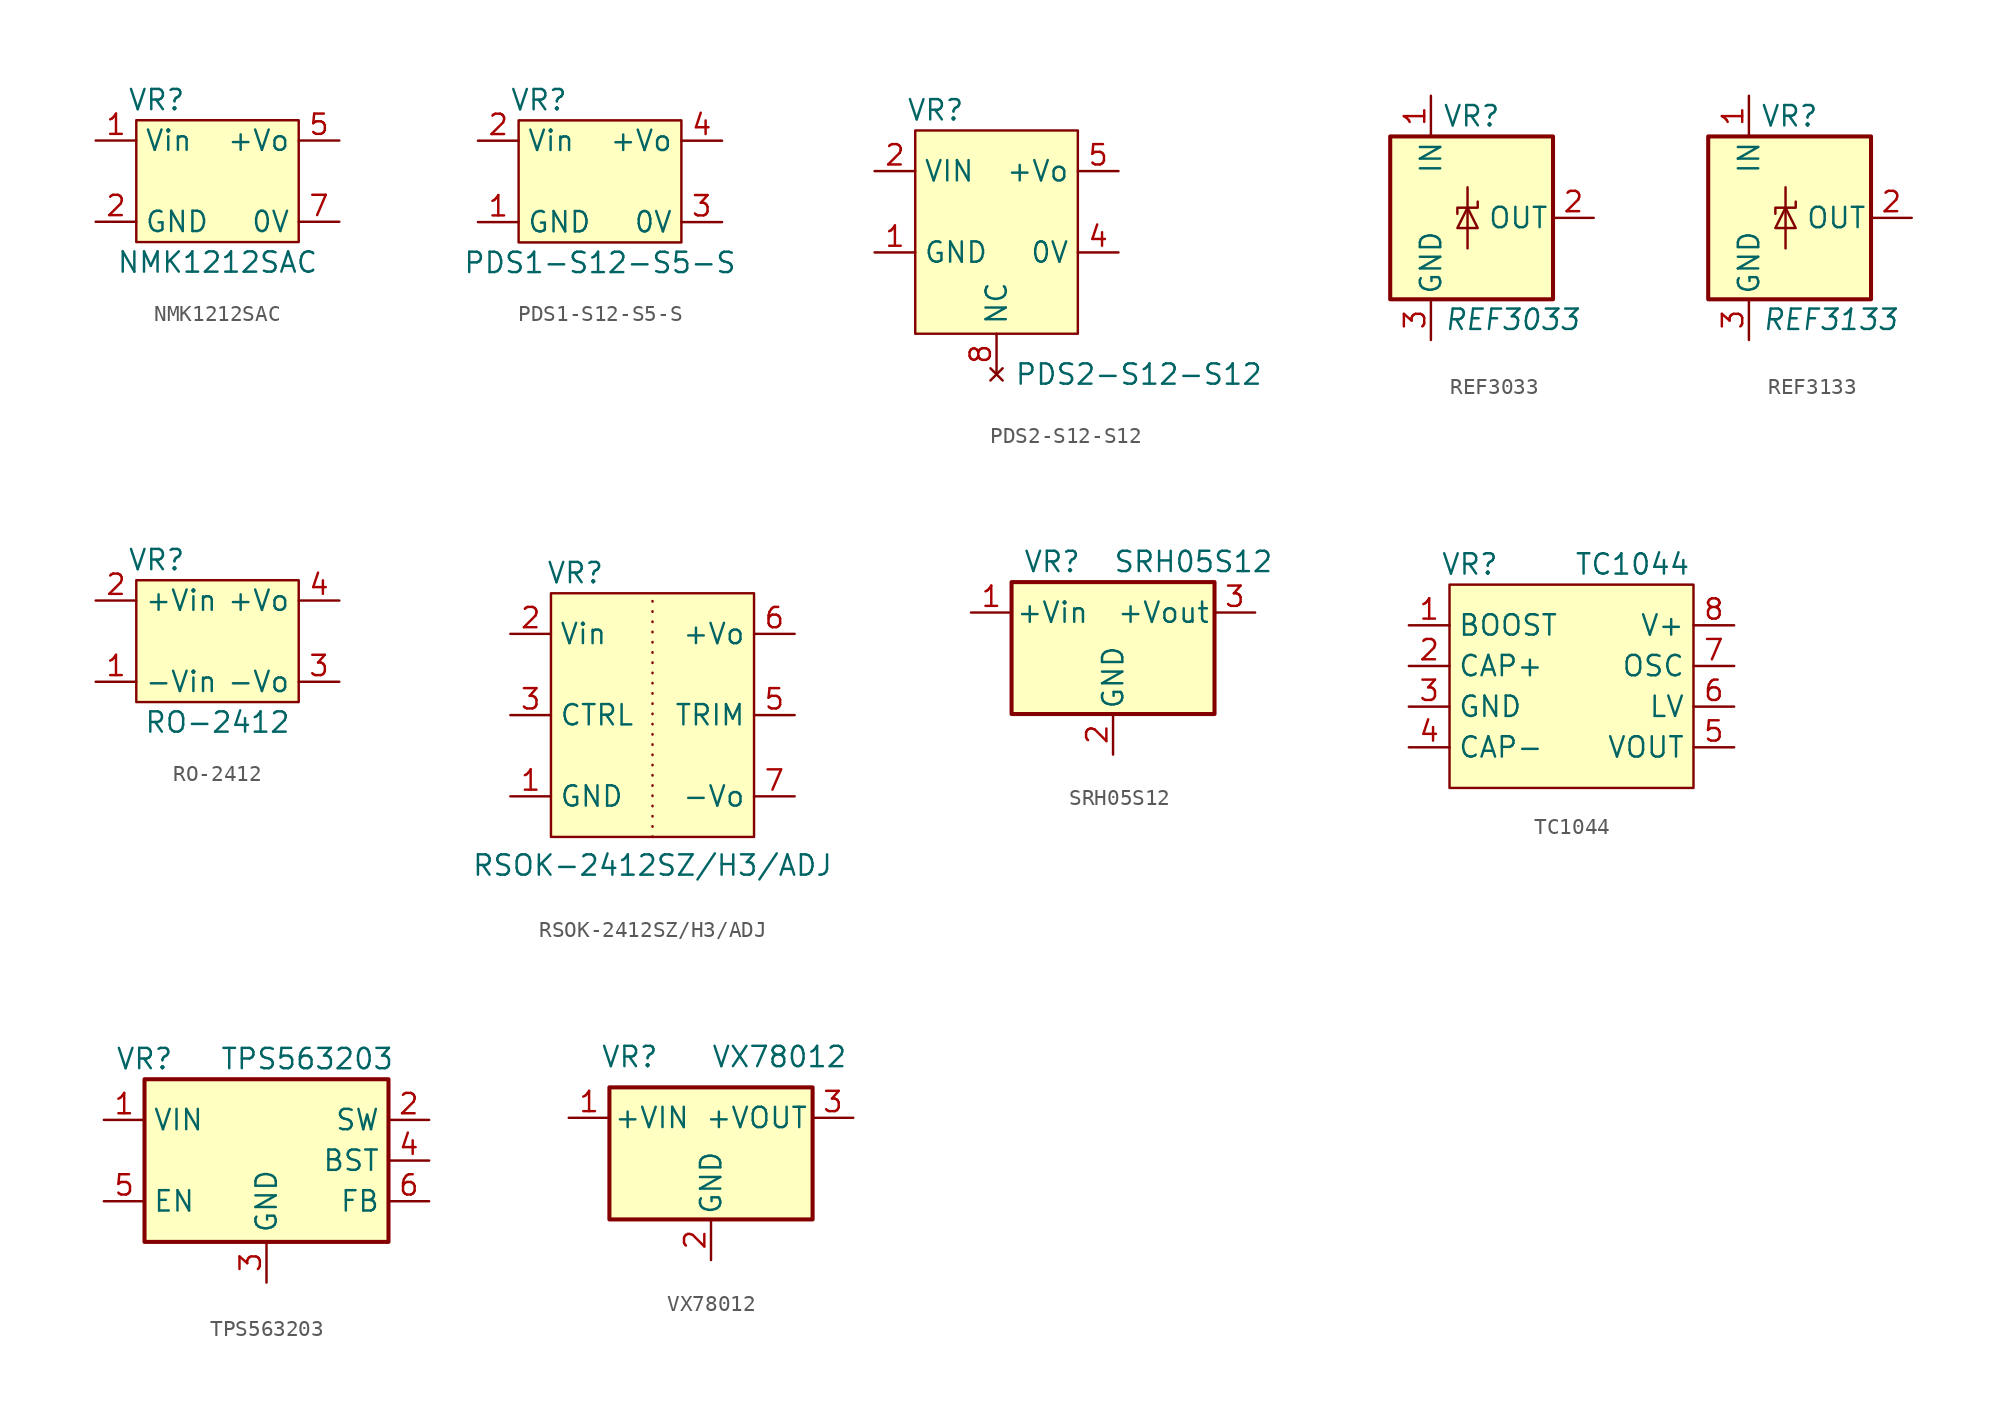
<source format=kicad_sym>
(kicad_symbol_lib
  (version 20231120)
  (generator "kicad_symbol_editor")
  (generator_version "8.0")
  (symbol "NMK1212SAC"
    (property "Reference" "VR"
      (at -3.81 5.08 0)
      (effects (font (size 1.27 1.27))))
    (property "Value" "NMK1212SAC"
      (at 0 -5.08 0)
      (effects (font (size 1.27 1.27))))
    (symbol "NMK1212SAC_0_1"
      (rectangle (start -5.08 3.81) (end 5.08 -3.81) (stroke (width 0.152) (type default)) (fill (type background))))
    (symbol "NMK1212SAC_1_0"
      (pin unspecified line (at -7.62 2.54 0) (length 2.54) (name "Vin" (effects (font (size 1.27 1.27)))) (number "1" (effects (font (size 1.27 1.27)))))
      (pin unspecified line (at -7.62 -2.54 0) (length 2.54) (name "GND" (effects (font (size 1.27 1.27)))) (number "2" (effects (font (size 1.27 1.27)))))
      (pin unspecified line (at 7.62 2.54 180) (length 2.54) (name "+Vo" (effects (font (size 1.27 1.27)))) (number "5" (effects (font (size 1.27 1.27)))))
      (pin no_connect line (at 7.62 0 180) (length 2.54) hide (name "NC" (effects (font (size 1.27 1.27)))) (number "6" (effects (font (size 1.27 1.27)))))
      (pin unspecified line (at 7.62 -2.54 180) (length 2.54) (name "0V" (effects (font (size 1.27 1.27)))) (number "7" (effects (font (size 1.27 1.27)))))))
  (symbol "PDS1-S12-S5-S"
    (property "Reference" "VR"
      (at -3.81 5.08 0)
      (effects (font (size 1.27 1.27))))
    (property "Value" "PDS1-S12-S5-S"
      (at 0 -5.08 0)
      (effects (font (size 1.27 1.27))))
    (symbol "PDS1-S12-S5-S_0_0"
      (pin unspecified line (at -7.62 -2.54 0) (length 2.54) (name "GND" (effects (font (size 1.27 1.27)))) (number "1" (effects (font (size 1.27 1.27)))))
      (pin unspecified line (at -7.62 2.54 0) (length 2.54) (name "Vin" (effects (font (size 1.27 1.27)))) (number "2" (effects (font (size 1.27 1.27)))))
      (pin unspecified line (at 7.62 -2.54 180) (length 2.54) (name "0V" (effects (font (size 1.27 1.27)))) (number "3" (effects (font (size 1.27 1.27)))))
      (pin unspecified line (at 7.62 2.54 180) (length 2.54) (name "+Vo" (effects (font (size 1.27 1.27)))) (number "4" (effects (font (size 1.27 1.27))))))
    (symbol "PDS1-S12-S5-S_0_1"
      (rectangle (start -5.08 3.81) (end 5.08 -3.81) (stroke (width 0.152) (type default)) (fill (type background)))))
  (symbol "PDS2-S12-S12"
    (property "Reference" "VR"
      (at -3.81 6.35 0)
      (effects (font (size 1.27 1.27))))
    (property "Value" "PDS2-S12-S12"
      (at 8.89 -10.16 0)
      (effects (font (size 1.27 1.27))))
    (symbol "PDS2-S12-S12_0_0"
      (pin unspecified line (at -7.62 -2.54 0) (length 2.54) (name "GND" (effects (font (size 1.27 1.27)))) (number "1" (effects (font (size 1.27 1.27)))))
      (pin unspecified line (at -7.62 2.54 0) (length 2.54) (name "VIN" (effects (font (size 1.27 1.27)))) (number "2" (effects (font (size 1.27 1.27)))))
      (pin unspecified line (at 7.62 -2.54 180) (length 2.54) (name "0V" (effects (font (size 1.27 1.27)))) (number "4" (effects (font (size 1.27 1.27)))))
      (pin unspecified line (at 7.62 2.54 180) (length 2.54) (name "+Vo" (effects (font (size 1.27 1.27)))) (number "5" (effects (font (size 1.27 1.27)))))
      (pin no_connect line (at 0 -10.16 90) (length 2.54) (name "NC" (effects (font (size 1.27 1.27)))) (number "8" (effects (font (size 1.27 1.27))))))
    (symbol "PDS2-S12-S12_0_1"
      (rectangle (start -5.08 5.08) (end 5.08 -7.62) (stroke (width 0) (type default)) (fill (type background)))))
  (symbol "REF3033"
    (pin_names
      (offset 0.254))
    (property "Reference" "VR"
      (at 0 6.35 0)
      (effects (font (size 1.27 1.27))))
    (property "Value" "REF3033"
      (at 2.54 -6.35 0)
      (effects (font (size 1.27 1.27) (italic yes))))
    (symbol "REF3033_0_1"
      (rectangle (start -5.08 5.08) (end 5.08 -5.08) (stroke (width 0.254) (type default)) (fill (type background)))
      (polyline (pts (xy -0.254 1.905) (xy -0.254 -1.905)) (stroke (width 0) (type default)) (fill (type none)))
      (polyline (pts (xy -0.889 -0.635) (xy 0.381 -0.635) (xy -0.254 0.635) (xy -0.889 -0.635)) (stroke (width 0) (type default)) (fill (type none)))
      (polyline (pts (xy 0.381 1.016) (xy 0.381 0.635) (xy -0.889 0.635) (xy -0.889 0.254)) (stroke (width 0) (type default)) (fill (type none))))
    (symbol "REF3033_1_1"
      (pin power_in line (at -2.54 7.62 270) (length 2.54) (name "IN" (effects (font (size 1.27 1.27)))) (number "1" (effects (font (size 1.27 1.27)))))
      (pin power_out line (at 7.62 0 180) (length 2.54) (name "OUT" (effects (font (size 1.27 1.27)))) (number "2" (effects (font (size 1.27 1.27)))))
      (pin power_in line (at -2.54 -7.62 90) (length 2.54) (name "GND" (effects (font (size 1.27 1.27)))) (number "3" (effects (font (size 1.27 1.27)))))))
  (symbol "REF3133"
    (pin_names
      (offset 0.254))
    (property "Reference" "VR"
      (at 0 6.35 0)
      (effects (font (size 1.27 1.27))))
    (property "Value" "REF3133"
      (at 2.54 -6.35 0)
      (effects (font (size 1.27 1.27) (italic yes))))
    (symbol "REF3133_0_1"
      (rectangle (start -5.08 5.08) (end 5.08 -5.08) (stroke (width 0.254) (type default)) (fill (type background)))
      (polyline (pts (xy -0.254 1.905) (xy -0.254 -1.905)) (stroke (width 0) (type default)) (fill (type none)))
      (polyline (pts (xy -0.889 -0.635) (xy 0.381 -0.635) (xy -0.254 0.635) (xy -0.889 -0.635)) (stroke (width 0) (type default)) (fill (type none)))
      (polyline (pts (xy 0.381 1.016) (xy 0.381 0.635) (xy -0.889 0.635) (xy -0.889 0.254)) (stroke (width 0) (type default)) (fill (type none))))
    (symbol "REF3133_1_1"
      (pin power_in line (at -2.54 7.62 270) (length 2.54) (name "IN" (effects (font (size 1.27 1.27)))) (number "1" (effects (font (size 1.27 1.27)))))
      (pin power_out line (at 7.62 0 180) (length 2.54) (name "OUT" (effects (font (size 1.27 1.27)))) (number "2" (effects (font (size 1.27 1.27)))))
      (pin power_in line (at -2.54 -7.62 90) (length 2.54) (name "GND" (effects (font (size 1.27 1.27)))) (number "3" (effects (font (size 1.27 1.27)))))))
  (symbol "RO-2412"
    (property "Reference" "VR"
      (at -3.81 5.08 0)
      (effects (font (size 1.27 1.27))))
    (property "Value" "RO-2412"
      (at 0 -5.08 0)
      (effects (font (size 1.27 1.27))))
    (symbol "RO-2412_0_0"
      (pin unspecified line (at -7.62 -2.54 0) (length 2.54) (name "-Vin" (effects (font (size 1.27 1.27)))) (number "1" (effects (font (size 1.27 1.27)))))
      (pin unspecified line (at -7.62 2.54 0) (length 2.54) (name "+Vin" (effects (font (size 1.27 1.27)))) (number "2" (effects (font (size 1.27 1.27)))))
      (pin unspecified line (at 7.62 -2.54 180) (length 2.54) (name "-Vo" (effects (font (size 1.27 1.27)))) (number "3" (effects (font (size 1.27 1.27)))))
      (pin unspecified line (at 7.62 2.54 180) (length 2.54) (name "+Vo" (effects (font (size 1.27 1.27)))) (number "4" (effects (font (size 1.27 1.27))))))
    (symbol "RO-2412_0_1"
      (rectangle (start -5.08 3.81) (end 5.08 -3.81) (stroke (width 0.152) (type default)) (fill (type background)))))
  (symbol "RSOK-2412SZ/H3/ADJ"
    (property "Reference" "VR"
      (at -4.826 6.35 0)
      (effects (font (size 1.27 1.27))))
    (property "Value" "RSOK-2412SZ/H3/ADJ"
      (at 0 -11.938 0)
      (effects (font (size 1.27 1.27))))
    (symbol "RSOK-2412SZ/H3/ADJ_0_1"
      (rectangle (start -6.35 5.08) (end 6.35 -10.16) (stroke (width 0.152) (type default)) (fill (type background))))
    (symbol "RSOK-2412SZ/H3/ADJ_1_0"
      (pin unspecified line (at -8.89 -7.62 0) (length 2.54) (name "GND" (effects (font (size 1.27 1.27)))) (number "1" (effects (font (size 1.27 1.27)))))
      (pin unspecified line (at -8.89 2.54 0) (length 2.54) (name "Vin" (effects (font (size 1.27 1.27)))) (number "2" (effects (font (size 1.27 1.27)))))
      (pin unspecified line (at -8.89 -2.54 0) (length 2.54) (name "CTRL" (effects (font (size 1.27 1.27)))) (number "3" (effects (font (size 1.27 1.27)))))
      (pin unspecified line (at 8.89 -2.54 180) (length 2.54) (name "TRIM" (effects (font (size 1.27 1.27)))) (number "5" (effects (font (size 1.27 1.27)))))
      (pin unspecified line (at 8.89 2.54 180) (length 2.54) (name "+Vo" (effects (font (size 1.27 1.27)))) (number "6" (effects (font (size 1.27 1.27)))))
      (pin unspecified line (at 8.89 -7.62 180) (length 2.54) (name "-Vo" (effects (font (size 1.27 1.27)))) (number "7" (effects (font (size 1.27 1.27)))))
      (pin no_connect line (at 8.89 -5.08 180) (length 2.54) hide (name "NC" (effects (font (size 1.27 1.27)))) (number "8" (effects (font (size 1.27 1.27))))))
    (symbol "RSOK-2412SZ/H3/ADJ_1_1"
      (polyline (pts (xy 0 -10.16) (xy 0 5.08)) (stroke (width 0) (type dot)) (fill (type none)))))
  (symbol "SRH05S12"
    (pin_names
      (offset 0.254))
    (property "Reference" "VR"
      (at -3.81 3.175 0)
      (effects (font (size 1.27 1.27))))
    (property "Value" "SRH05S12"
      (at 0 3.175 0)
      (effects (font (size 1.27 1.27)) (justify left)))
    (symbol "SRH05S12_0_1"
      (rectangle (start -6.35 1.905) (end 6.35 -6.35) (stroke (width 0.254) (type default)) (fill (type background))))
    (symbol "SRH05S12_1_1"
      (pin power_in line (at -8.89 0 0) (length 2.54) (name "+Vin" (effects (font (size 1.27 1.27)))) (number "1" (effects (font (size 1.27 1.27)))))
      (pin power_out line (at 0 -8.89 90) (length 2.54) (name "GND" (effects (font (size 1.27 1.27)))) (number "2" (effects (font (size 1.27 1.27)))))
      (pin power_in line (at 8.89 0 180) (length 2.54) (name "+Vout" (effects (font (size 1.27 1.27)))) (number "3" (effects (font (size 1.27 1.27)))))))
  (symbol "TC1044"
    (property "Reference" "VR"
      (at -6.35 7.62 0)
      (effects (font (size 1.27 1.27))))
    (property "Value" "TC1044"
      (at 3.81 7.62 0)
      (effects (font (size 1.27 1.27))))
    (symbol "TC1044_0_0"
      (pin unspecified line (at -10.16 3.81 0) (length 2.54) (name "BOOST" (effects (font (size 1.27 1.27)))) (number "1" (effects (font (size 1.27 1.27)))))
      (pin unspecified line (at -10.16 1.27 0) (length 2.54) (name "CAP+" (effects (font (size 1.27 1.27)))) (number "2" (effects (font (size 1.27 1.27)))))
      (pin unspecified line (at -10.16 -1.27 0) (length 2.54) (name "GND" (effects (font (size 1.27 1.27)))) (number "3" (effects (font (size 1.27 1.27)))))
      (pin unspecified line (at -10.16 -3.81 0) (length 2.54) (name "CAP-" (effects (font (size 1.27 1.27)))) (number "4" (effects (font (size 1.27 1.27)))))
      (pin unspecified line (at 10.16 -3.81 180) (length 2.54) (name "VOUT" (effects (font (size 1.27 1.27)))) (number "5" (effects (font (size 1.27 1.27)))))
      (pin unspecified line (at 10.16 -1.27 180) (length 2.54) (name "LV" (effects (font (size 1.27 1.27)))) (number "6" (effects (font (size 1.27 1.27)))))
      (pin unspecified line (at 10.16 1.27 180) (length 2.54) (name "OSC" (effects (font (size 1.27 1.27)))) (number "7" (effects (font (size 1.27 1.27)))))
      (pin unspecified line (at 10.16 3.81 180) (length 2.54) (name "V+" (effects (font (size 1.27 1.27)))) (number "8" (effects (font (size 1.27 1.27))))))
    (symbol "TC1044_0_1"
      (rectangle (start -7.62 6.35) (end 7.62 -6.35) (stroke (width 0) (type default)) (fill (type background)))))
  (symbol "TPS563203"
    (property "Reference" "VR"
      (at -7.62 6.35 0)
      (effects (font (size 1.27 1.27))))
    (property "Value" "TPS563203"
      (at 2.54 6.35 0)
      (effects (font (size 1.27 1.27))))
    (symbol "TPS563203_0_1"
      (rectangle (start -7.62 5.08) (end 7.62 -5.08) (stroke (width 0.254) (type default)) (fill (type background))))
    (symbol "TPS563203_1_1"
      (pin power_in line (at -10.16 2.54 0) (length 2.54) (name "VIN" (effects (font (size 1.27 1.27)))) (number "1" (effects (font (size 1.27 1.27)))))
      (pin output line (at 10.16 2.54 180) (length 2.54) (name "SW" (effects (font (size 1.27 1.27)))) (number "2" (effects (font (size 1.27 1.27)))))
      (pin power_in line (at 0 -7.62 90) (length 2.54) (name "GND" (effects (font (size 1.27 1.27)))) (number "3" (effects (font (size 1.27 1.27)))))
      (pin passive line (at 10.16 0 180) (length 2.54) (name "BST" (effects (font (size 1.27 1.27)))) (number "4" (effects (font (size 1.27 1.27)))))
      (pin input line (at -10.16 -2.54 0) (length 2.54) (name "EN" (effects (font (size 1.27 1.27)))) (number "5" (effects (font (size 1.27 1.27)))))
      (pin input line (at 10.16 -2.54 180) (length 2.54) (name "FB" (effects (font (size 1.27 1.27)))) (number "6" (effects (font (size 1.27 1.27)))))))
  (symbol "VX78012"
    (pin_names
      (offset 0.254))
    (property "Reference" "VR"
      (at -5.08 3.81 0)
      (effects (font (size 1.27 1.27))))
    (property "Value" "VX78012"
      (at 0 3.81 0)
      (effects (font (size 1.27 1.27)) (justify left)))
    (symbol "VX78012_0_1"
      (rectangle (start -6.35 1.905) (end 6.35 -6.35) (stroke (width 0.254) (type default)) (fill (type background))))
    (symbol "VX78012_1_1"
      (pin power_in line (at -8.89 0 0) (length 2.54) (name "+VIN" (effects (font (size 1.27 1.27)))) (number "1" (effects (font (size 1.27 1.27)))))
      (pin power_in line (at 0 -8.89 90) (length 2.54) (name "GND" (effects (font (size 1.27 1.27)))) (number "2" (effects (font (size 1.27 1.27)))))
      (pin power_out line (at 8.89 0 180) (length 2.54) (name "+VOUT" (effects (font (size 1.27 1.27)))) (number "3" (effects (font (size 1.27 1.27))))))))
</source>
